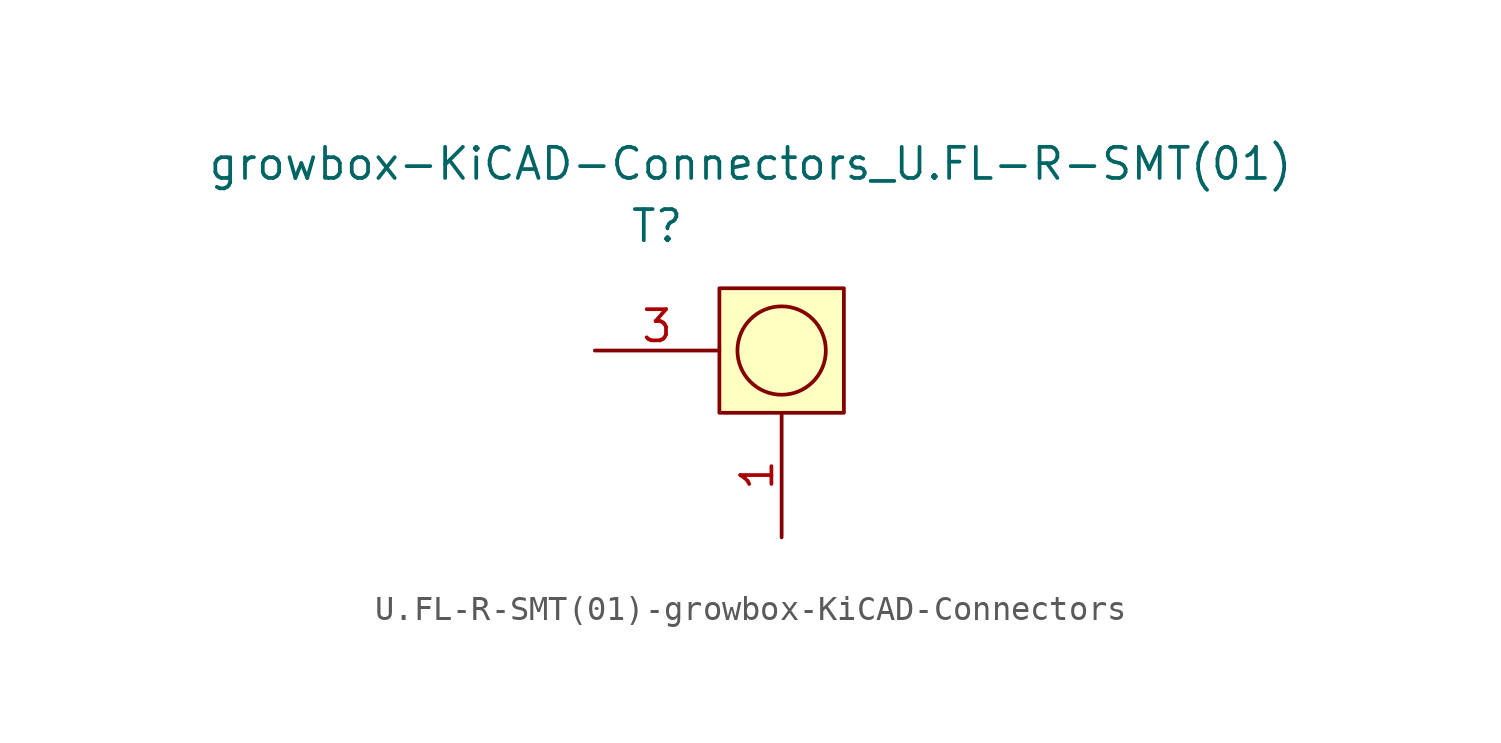
<source format=kicad_sym>
(kicad_symbol_lib
  (version 20231120)
  (generator "kicad_symbol_editor")
  (generator_version "8.0")
  (symbol "U.FL-R-SMT(01)-growbox-KiCAD-Connectors"
    (pin_names
      (offset 1.016))
    (property "Reference" "T"
      (at -2.54 2.54 0)
      (effects (font (size 1.27 1.27))))
    (property "Value" "growbox-KiCAD-Connectors_U.FL-R-SMT(01)"
      (at 1.27 5.08 0)
      (effects (font (size 1.27 1.27))))
    (symbol "U.FL-R-SMT(01)-growbox-KiCAD-Connectors_0_1"
      (rectangle (start 0 0) (end 5.08 -5.08) (stroke (width 0) (type solid)) (fill (type background)))
      (circle (center 2.54 -2.54) (radius 1.803) (stroke (width 0) (type solid)) (fill (type none))))
    (symbol "U.FL-R-SMT(01)-growbox-KiCAD-Connectors_1_1"
      (pin passive line (at 2.54 -10.16 90) (length 5.08) (name "~" (effects (font (size 1.27 1.27)))) (number "1" (effects (font (size 1.27 1.27)))))
      (pin input line (at -5.08 -2.54 0) (length 5.08) (name "~" (effects (font (size 1.27 1.27)))) (number "3" (effects (font (size 1.27 1.27))))))))
</source>
